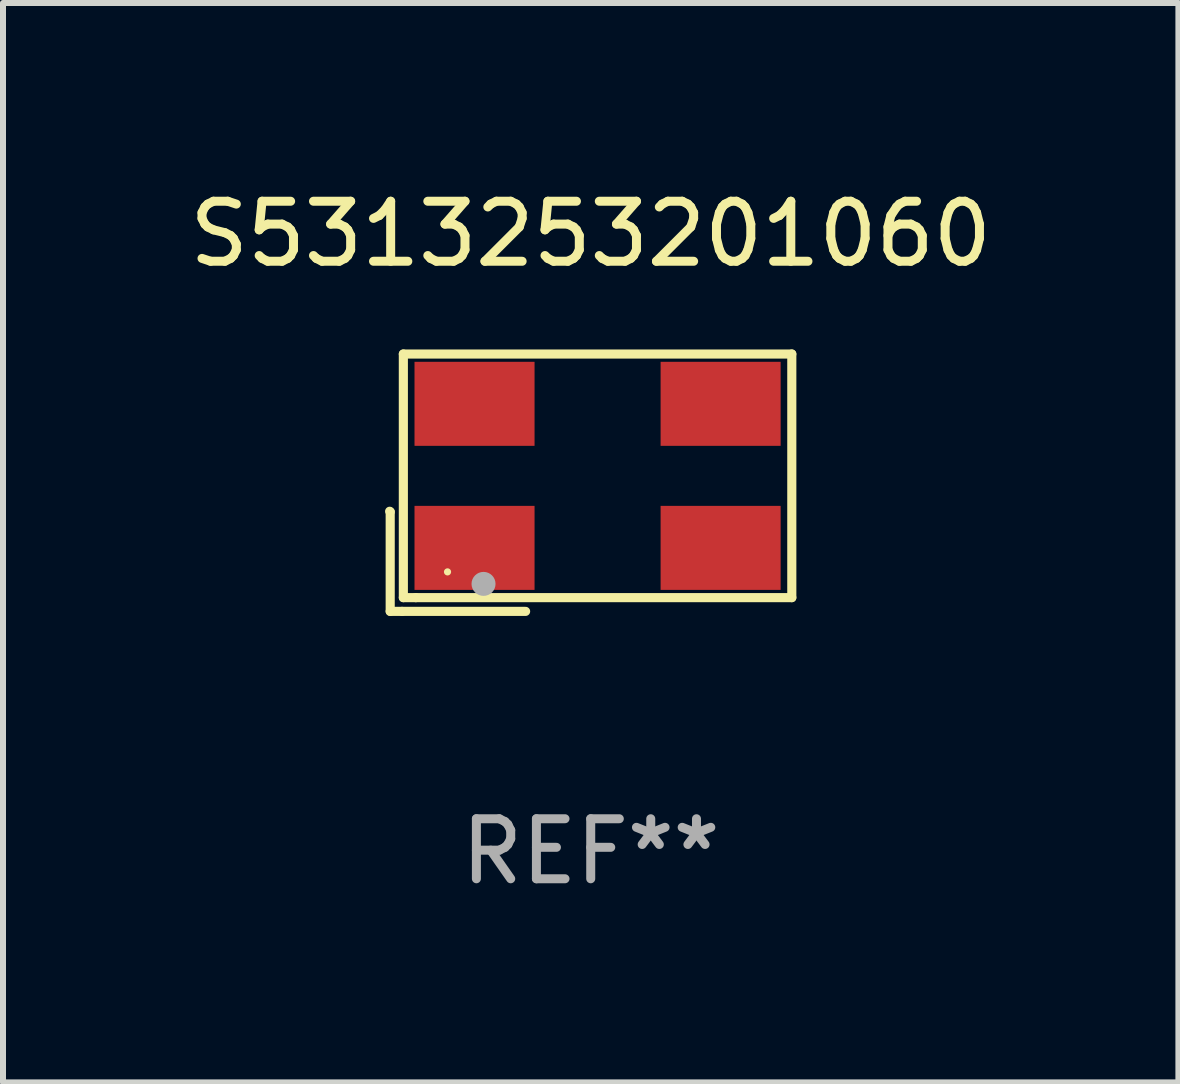
<source format=kicad_pcb>
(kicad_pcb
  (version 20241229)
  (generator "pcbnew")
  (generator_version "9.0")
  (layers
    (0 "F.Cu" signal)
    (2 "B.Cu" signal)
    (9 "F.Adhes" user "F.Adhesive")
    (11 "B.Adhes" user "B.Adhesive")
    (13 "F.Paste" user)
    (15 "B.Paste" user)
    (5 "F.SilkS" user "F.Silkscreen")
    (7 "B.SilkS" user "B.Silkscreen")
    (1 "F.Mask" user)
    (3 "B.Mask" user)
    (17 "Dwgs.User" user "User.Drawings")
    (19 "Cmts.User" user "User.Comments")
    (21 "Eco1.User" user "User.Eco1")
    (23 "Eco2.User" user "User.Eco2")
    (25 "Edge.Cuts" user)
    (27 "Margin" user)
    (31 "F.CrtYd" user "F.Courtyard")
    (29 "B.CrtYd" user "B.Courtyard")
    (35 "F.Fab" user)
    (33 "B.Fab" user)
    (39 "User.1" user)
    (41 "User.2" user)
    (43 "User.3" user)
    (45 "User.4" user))
  (footprint "S5313253201060"
    (layer "F.Cu")
    (at 6.792 4.992)
    (property "Reference" "S5313253201060" (at 0 -4.144 0) (layer "F.SilkS") (effects (font (size 1 1) (thickness 0.15))))
    (attr through_hole)
    (fp_line (start -3.35 0.476) (end -3.341 0.485) (stroke (width 0.152) (type solid)) (layer "F.SilkS"))
    (fp_line (start -3.341 0.485) (end -3.341 2.144) (stroke (width 0.152) (type solid)) (layer "F.SilkS"))
    (fp_line (start -3.341 2.144) (end -3.143 2.144) (stroke (width 0.152) (type solid)) (layer "F.SilkS"))
    (fp_line (start -3.143 2.144) (end -1.085 2.144) (stroke (width 0.152) (type solid)) (layer "F.SilkS"))
    (fp_line (start -3.122 -2.144) (end 3.35 -2.144) (stroke (width 0.152) (type solid)) (layer "F.SilkS"))
    (fp_line (start -3.122 1.915) (end -3.122 -2.144) (stroke (width 0.152) (type solid)) (layer "F.SilkS"))
    (fp_line (start -2.914 1.915) (end -3.122 1.915) (stroke (width 0.152) (type solid)) (layer "F.SilkS"))
    (fp_line (start 3.35 -2.144) (end 3.35 1.915) (stroke (width 0.152) (type solid)) (layer "F.SilkS"))
    (fp_line (start 3.35 1.915) (end -2.914 1.915) (stroke (width 0.152) (type solid)) (layer "F.SilkS"))
    (fp_circle (center -2.386 1.486) (end -2.356 1.486) (stroke (width 0.06) (type solid)) (fill no) (layer "F.SilkS"))
    (fp_circle (center -1.786 1.686) (end -1.686 1.686) (stroke (width 0.2) (type solid)) (fill no) (layer "F.Fab"))
    (fp_text user "REF**" (at 0 6.144 0) (layer "F.Fab") (effects (font (size 1 1) (thickness 0.15))))
    (pad "1" smd rect (at -1.936 1.086) (size 2 1.4) (layers "F.Cu" "F.Mask" "F.Paste"))
    (pad "2" smd rect (at 2.164 1.086) (size 2 1.4) (layers "F.Cu" "F.Mask" "F.Paste"))
    (pad "3" smd rect (at 2.164 -1.314) (size 2 1.4) (layers "F.Cu" "F.Mask" "F.Paste"))
    (pad "4" smd rect (at -1.936 -1.314) (size 2 1.4) (layers "F.Cu" "F.Mask" "F.Paste")))
  (gr_rect
    (start -3 -3)
    (end 16.583 14.984)
    (stroke (width 0.1) (type default))
    (fill no)
    (layer "Edge.Cuts")))
</source>
